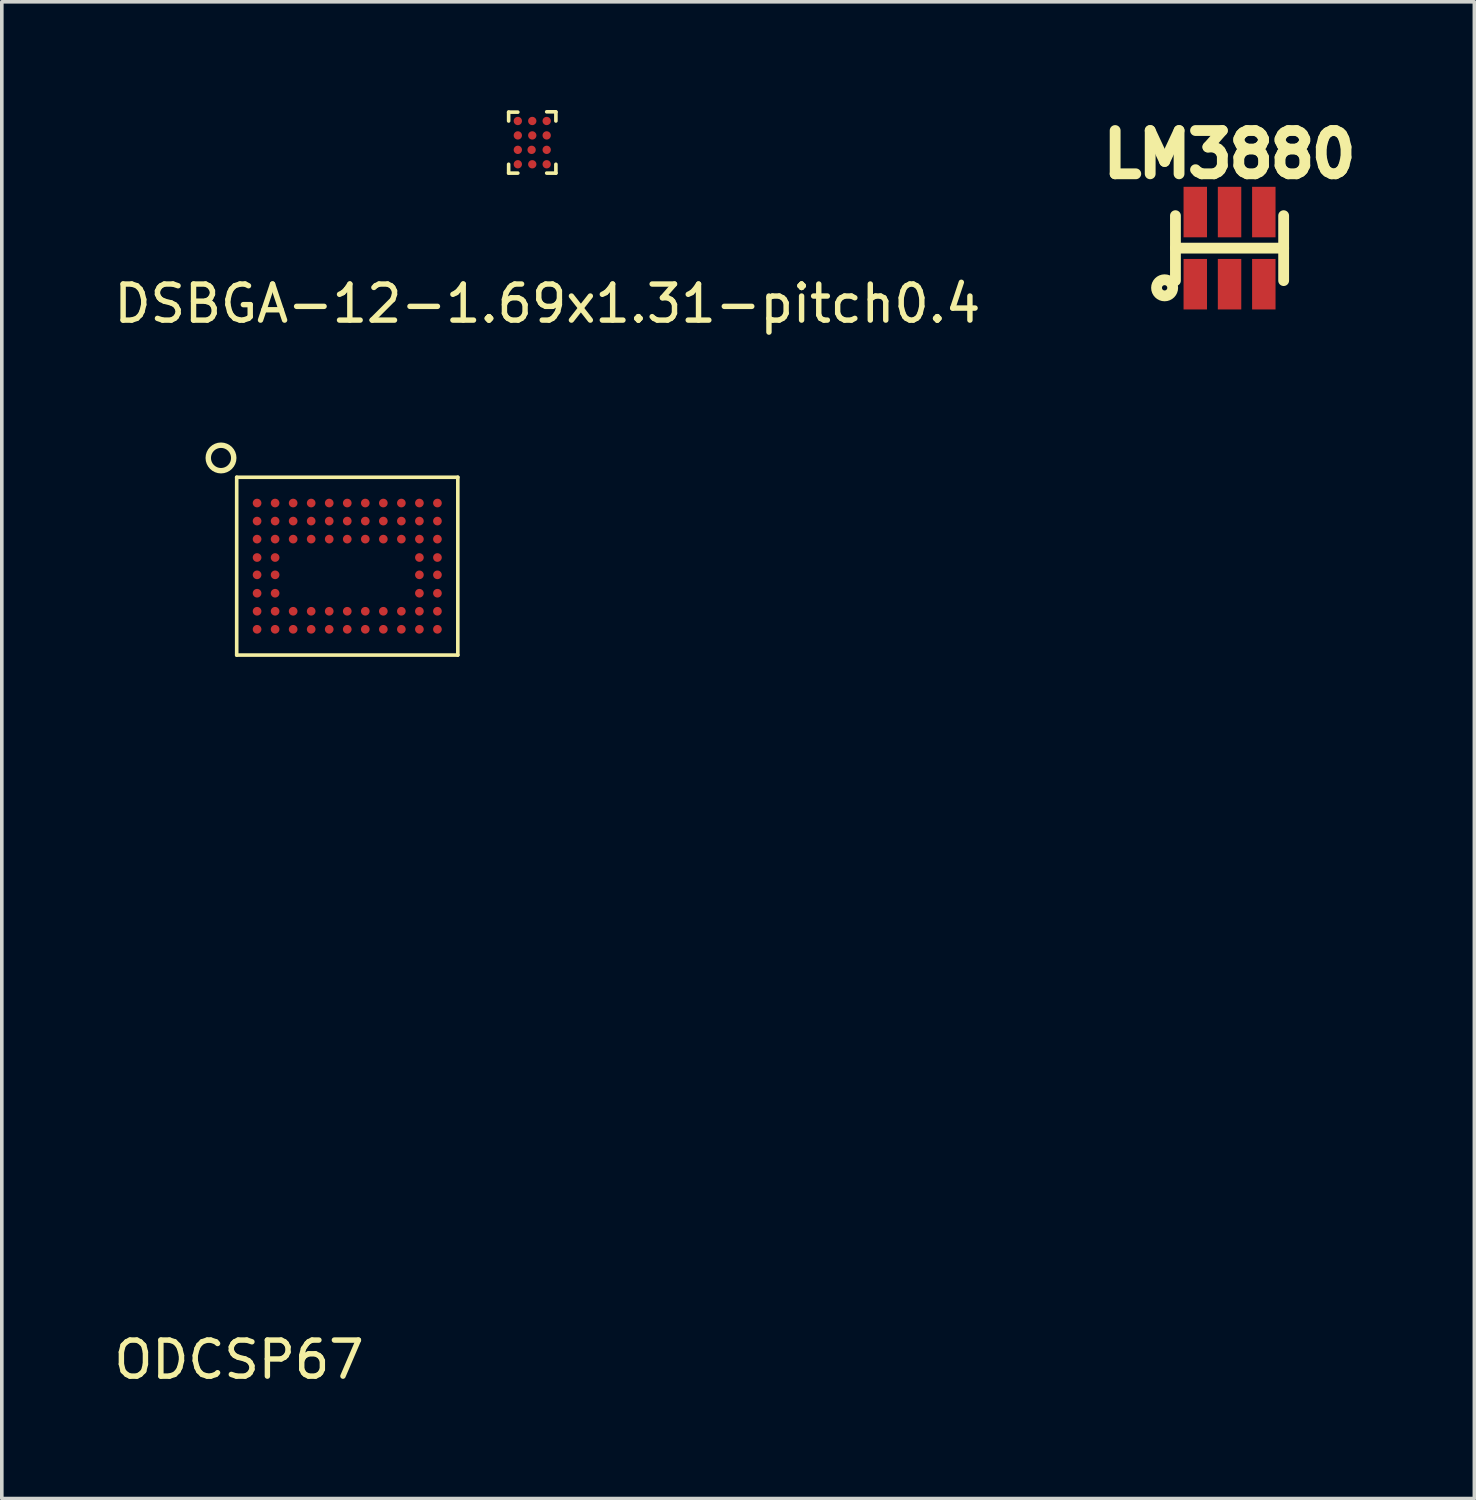
<source format=kicad_pcb>
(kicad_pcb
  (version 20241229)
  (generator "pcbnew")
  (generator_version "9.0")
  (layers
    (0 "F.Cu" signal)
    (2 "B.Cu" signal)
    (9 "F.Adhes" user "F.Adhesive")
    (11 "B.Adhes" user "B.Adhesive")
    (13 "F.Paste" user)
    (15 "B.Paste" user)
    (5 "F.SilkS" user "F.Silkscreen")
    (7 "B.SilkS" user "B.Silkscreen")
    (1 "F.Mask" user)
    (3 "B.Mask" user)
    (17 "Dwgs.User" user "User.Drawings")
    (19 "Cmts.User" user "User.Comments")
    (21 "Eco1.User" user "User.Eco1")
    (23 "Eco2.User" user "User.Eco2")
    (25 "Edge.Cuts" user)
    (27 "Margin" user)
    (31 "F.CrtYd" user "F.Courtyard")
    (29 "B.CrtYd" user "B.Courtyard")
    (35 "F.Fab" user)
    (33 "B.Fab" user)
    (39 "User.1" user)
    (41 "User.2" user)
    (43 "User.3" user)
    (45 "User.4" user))
  (footprint "ODCSP67"
    (layer "F.Cu")
    (at 6.577 12.646)
    (property "Reference" "ODCSP67" (at -3 22 0) (layer "F.SilkS") (effects (font (size 1 1) (thickness 0.15))))
    (attr exclude_from_pos_files exclude_from_bom)
    (fp_line (start -3.065 -2.465) (end 3.065 -2.465) (stroke (width 0.1) (type solid)) (layer "F.SilkS"))
    (fp_line (start -3.065 2.465) (end -3.065 -2.465) (stroke (width 0.1) (type solid)) (layer "F.SilkS"))
    (fp_line (start 3.065 -2.465) (end 3.065 2.465) (stroke (width 0.1) (type solid)) (layer "F.SilkS"))
    (fp_line (start 3.065 2.465) (end -3.065 2.465) (stroke (width 0.1) (type solid)) (layer "F.SilkS"))
    (fp_circle (center -3.5 -3) (end -3.25 -2.75) (stroke (width 0.15) (type solid)) (fill no) (layer "F.SilkS"))
    (pad "A1" smd circle (at -2.5 -1.75) (size 0.24 0.24) (layers "F.Cu" "F.Mask" "F.Paste"))
    (pad "A2" smd circle (at -2 -1.75) (size 0.24 0.24) (layers "F.Cu" "F.Mask" "F.Paste"))
    (pad "A3" smd circle (at -1.5 -1.75) (size 0.24 0.24) (layers "F.Cu" "F.Mask" "F.Paste"))
    (pad "A4" smd circle (at -1 -1.75) (size 0.24 0.24) (layers "F.Cu" "F.Mask" "F.Paste"))
    (pad "A5" smd circle (at -0.5 -1.75) (size 0.24 0.24) (layers "F.Cu" "F.Mask" "F.Paste"))
    (pad "A6" smd circle (at 0 -1.75) (size 0.24 0.24) (layers "F.Cu" "F.Mask" "F.Paste"))
    (pad "A7" smd circle (at 0.5 -1.75) (size 0.24 0.24) (layers "F.Cu" "F.Mask" "F.Paste"))
    (pad "A8" smd circle (at 1 -1.75) (size 0.24 0.24) (layers "F.Cu" "F.Mask" "F.Paste"))
    (pad "A9" smd circle (at 1.5 -1.75) (size 0.24 0.24) (layers "F.Cu" "F.Mask" "F.Paste"))
    (pad "A10" smd circle (at 2 -1.75) (size 0.24 0.24) (layers "F.Cu" "F.Mask" "F.Paste"))
    (pad "A11" smd circle (at 2.5 -1.75) (size 0.24 0.24) (layers "F.Cu" "F.Mask" "F.Paste"))
    (pad "B1" smd circle (at -2.5 -1.25) (size 0.24 0.24) (layers "F.Cu" "F.Mask" "F.Paste"))
    (pad "B2" smd circle (at -2 -1.25) (size 0.24 0.24) (layers "F.Cu" "F.Mask" "F.Paste"))
    (pad "B3" smd circle (at -1.5 -1.25) (size 0.24 0.24) (layers "F.Cu" "F.Mask" "F.Paste"))
    (pad "B4" smd circle (at -1 -1.25) (size 0.24 0.24) (layers "F.Cu" "F.Mask" "F.Paste"))
    (pad "B5" smd circle (at -0.5 -1.25) (size 0.24 0.24) (layers "F.Cu" "F.Mask" "F.Paste"))
    (pad "B6" smd circle (at 0 -1.25) (size 0.24 0.24) (layers "F.Cu" "F.Mask" "F.Paste"))
    (pad "B7" smd circle (at 0.5 -1.25) (size 0.24 0.24) (layers "F.Cu" "F.Mask" "F.Paste"))
    (pad "B8" smd circle (at 1 -1.25) (size 0.24 0.24) (layers "F.Cu" "F.Mask" "F.Paste"))
    (pad "B9" smd circle (at 1.5 -1.25) (size 0.24 0.24) (layers "F.Cu" "F.Mask" "F.Paste"))
    (pad "B10" smd circle (at 2 -1.25) (size 0.24 0.24) (layers "F.Cu" "F.Mask" "F.Paste"))
    (pad "B11" smd circle (at 2.5 -1.25) (size 0.24 0.24) (layers "F.Cu" "F.Mask" "F.Paste"))
    (pad "C1" smd circle (at -2.5 -0.75) (size 0.24 0.24) (layers "F.Cu" "F.Mask" "F.Paste"))
    (pad "C2" smd circle (at -2 -0.75) (size 0.24 0.24) (layers "F.Cu" "F.Mask" "F.Paste"))
    (pad "C3" smd circle (at -1.5 -0.75) (size 0.24 0.24) (layers "F.Cu" "F.Mask" "F.Paste"))
    (pad "C4" smd circle (at -1 -0.75) (size 0.24 0.24) (layers "F.Cu" "F.Mask" "F.Paste"))
    (pad "C5" smd circle (at -0.5 -0.75) (size 0.24 0.24) (layers "F.Cu" "F.Mask" "F.Paste"))
    (pad "C6" smd circle (at 0 -0.75) (size 0.24 0.24) (layers "F.Cu" "F.Mask" "F.Paste"))
    (pad "C7" smd circle (at 0.5 -0.75) (size 0.24 0.24) (layers "F.Cu" "F.Mask" "F.Paste"))
    (pad "C8" smd circle (at 1 -0.75) (size 0.24 0.24) (layers "F.Cu" "F.Mask" "F.Paste"))
    (pad "C9" smd circle (at 1.5 -0.75) (size 0.24 0.24) (layers "F.Cu" "F.Mask" "F.Paste"))
    (pad "C10" smd circle (at 2 -0.75) (size 0.24 0.24) (layers "F.Cu" "F.Mask" "F.Paste"))
    (pad "C11" smd circle (at 2.5 -0.75) (size 0.24 0.24) (layers "F.Cu" "F.Mask" "F.Paste"))
    (pad "D1" smd circle (at -2.5 -0.24) (size 0.24 0.24) (layers "F.Cu" "F.Mask" "F.Paste"))
    (pad "D2" smd circle (at -2 -0.24) (size 0.24 0.24) (layers "F.Cu" "F.Mask" "F.Paste"))
    (pad "D10" smd circle (at 2 -0.24) (size 0.24 0.24) (layers "F.Cu" "F.Mask" "F.Paste"))
    (pad "D11" smd circle (at 2.5 -0.24) (size 0.24 0.24) (layers "F.Cu" "F.Mask" "F.Paste"))
    (pad "E1" smd circle (at -2.5 0.24) (size 0.24 0.24) (layers "F.Cu" "F.Mask" "F.Paste"))
    (pad "E2" smd circle (at -2 0.24) (size 0.24 0.24) (layers "F.Cu" "F.Mask" "F.Paste"))
    (pad "E10" smd circle (at 2 0.24) (size 0.24 0.24) (layers "F.Cu" "F.Mask" "F.Paste"))
    (pad "E11" smd circle (at 2.5 0.24) (size 0.24 0.24) (layers "F.Cu" "F.Mask" "F.Paste"))
    (pad "F1" smd circle (at -2.5 0.75) (size 0.24 0.24) (layers "F.Cu" "F.Mask" "F.Paste"))
    (pad "F2" smd circle (at -2 0.75) (size 0.24 0.24) (layers "F.Cu" "F.Mask" "F.Paste"))
    (pad "F10" smd circle (at 2 0.75) (size 0.24 0.24) (layers "F.Cu" "F.Mask" "F.Paste"))
    (pad "F11" smd circle (at 2.5 0.75) (size 0.24 0.24) (layers "F.Cu" "F.Mask" "F.Paste"))
    (pad "G1" smd circle (at -2.5 1.25) (size 0.24 0.24) (layers "F.Cu" "F.Mask" "F.Paste"))
    (pad "G2" smd circle (at -2 1.25) (size 0.24 0.24) (layers "F.Cu" "F.Mask" "F.Paste"))
    (pad "G3" smd circle (at -1.5 1.25) (size 0.24 0.24) (layers "F.Cu" "F.Mask" "F.Paste"))
    (pad "G4" smd circle (at -1 1.25) (size 0.24 0.24) (layers "F.Cu" "F.Mask" "F.Paste"))
    (pad "G5" smd circle (at -0.5 1.25) (size 0.24 0.24) (layers "F.Cu" "F.Mask" "F.Paste"))
    (pad "G6" smd circle (at 0 1.25) (size 0.24 0.24) (layers "F.Cu" "F.Mask" "F.Paste"))
    (pad "G7" smd circle (at 0.5 1.25) (size 0.24 0.24) (layers "F.Cu" "F.Mask" "F.Paste"))
    (pad "G8" smd circle (at 1 1.25) (size 0.24 0.24) (layers "F.Cu" "F.Mask" "F.Paste"))
    (pad "G9" smd circle (at 1.5 1.25) (size 0.24 0.24) (layers "F.Cu" "F.Mask" "F.Paste"))
    (pad "G10" smd circle (at 2 1.25) (size 0.24 0.24) (layers "F.Cu" "F.Mask" "F.Paste"))
    (pad "G11" smd circle (at 2.5 1.25) (size 0.24 0.24) (layers "F.Cu" "F.Mask" "F.Paste"))
    (pad "H1" smd circle (at -2.5 1.75) (size 0.24 0.24) (layers "F.Cu" "F.Mask" "F.Paste"))
    (pad "H2" smd circle (at -2 1.75) (size 0.24 0.24) (layers "F.Cu" "F.Mask" "F.Paste"))
    (pad "H3" smd circle (at -1.5 1.75) (size 0.24 0.24) (layers "F.Cu" "F.Mask" "F.Paste"))
    (pad "H4" smd circle (at -1 1.75) (size 0.24 0.24) (layers "F.Cu" "F.Mask" "F.Paste"))
    (pad "H5" smd circle (at -0.5 1.75) (size 0.24 0.24) (layers "F.Cu" "F.Mask" "F.Paste"))
    (pad "H6" smd circle (at 0 1.75) (size 0.24 0.24) (layers "F.Cu" "F.Mask" "F.Paste"))
    (pad "H7" smd circle (at 0.5 1.75) (size 0.24 0.24) (layers "F.Cu" "F.Mask" "F.Paste"))
    (pad "H8" smd circle (at 1 1.75) (size 0.24 0.24) (layers "F.Cu" "F.Mask" "F.Paste"))
    (pad "H9" smd circle (at 1.5 1.75) (size 0.24 0.24) (layers "F.Cu" "F.Mask" "F.Paste"))
    (pad "H10" smd circle (at 2 1.75) (size 0.24 0.24) (layers "F.Cu" "F.Mask" "F.Paste"))
    (pad "H11" smd circle (at 2.5 1.75) (size 0.24 0.24) (layers "F.Cu" "F.Mask" "F.Paste")))
  (footprint "LM3880"
    (layer "F.Cu")
    (at 31.037 4.729)
    (property "Reference" "LM3880" (at 0 -3.5 0) (layer "F.SilkS") (effects (font (size 1.2 1.2) (thickness 0.3))))
    (attr through_hole)
    (fp_line (start -1.5 -1.8) (end -1.5 0) (stroke (width 0.3) (type solid)) (layer "F.SilkS"))
    (fp_line (start -1.5 -0.9) (end 1.5 -0.9) (stroke (width 0.3) (type solid)) (layer "F.SilkS"))
    (fp_line (start 1.5 -1.8) (end 1.5 0) (stroke (width 0.3) (type solid)) (layer "F.SilkS"))
    (fp_circle (center -1.8 0.2) (end -1.7 0.4) (stroke (width 0.3) (type solid)) (fill no) (layer "F.SilkS"))
    (pad "1" smd rect (at -0.95 0.1) (size 0.65 1.4) (layers "F.Cu" "F.Mask" "F.Paste"))
    (pad "2" smd rect (at 0 0.1) (size 0.65 1.4) (layers "F.Cu" "F.Mask" "F.Paste"))
    (pad "3" smd rect (at 0.95 0.1) (size 0.65 1.4) (layers "F.Cu" "F.Mask" "F.Paste"))
    (pad "4" smd rect (at 0.95 -1.9) (size 0.65 1.4) (layers "F.Cu" "F.Mask" "F.Paste"))
    (pad "5" smd rect (at 0 -1.9) (size 0.65 1.4) (layers "F.Cu" "F.Mask" "F.Paste"))
    (pad "6" smd rect (at -0.95 -1.9) (size 0.65 1.4) (layers "F.Cu" "F.Mask" "F.Paste")))
  (footprint "DSBGA-12-1.69x1.31-pitch0.4"
    (layer "F.Cu")
    (at 11.706 0.904)
    (property "Reference" "DSBGA-12-1.69x1.31-pitch0.4" (at 0.419 4.465 0) (layer "F.SilkS") (effects (font (size 1 1) (thickness 0.15))))
    (attr through_hole)
    (fp_line (start -0.655 -0.845) (end -0.4 -0.845) (stroke (width 0.1) (type solid)) (layer "F.SilkS"))
    (fp_line (start -0.655 -0.6) (end -0.655 -0.845) (stroke (width 0.1) (type solid)) (layer "F.SilkS"))
    (fp_line (start -0.655 0.845) (end -0.655 0.6) (stroke (width 0.1) (type solid)) (layer "F.SilkS"))
    (fp_line (start -0.4 0.845) (end -0.655 0.845) (stroke (width 0.1) (type solid)) (layer "F.SilkS"))
    (fp_line (start 0.4 -0.854) (end 0.655 -0.854) (stroke (width 0.1) (type solid)) (layer "F.SilkS"))
    (fp_line (start 0.655 -0.845) (end 0.655 -0.6) (stroke (width 0.1) (type solid)) (layer "F.SilkS"))
    (fp_line (start 0.655 0.6) (end 0.655 0.845) (stroke (width 0.1) (type solid)) (layer "F.SilkS"))
    (fp_line (start 0.655 0.845) (end 0.4 0.845) (stroke (width 0.1) (type solid)) (layer "F.SilkS"))
    (pad "A1" smd circle (at -0.4 -0.6 90) (size 0.23 0.23) (layers "F.Cu" "F.Mask" "F.Paste"))
    (pad "A2" smd circle (at 0 -0.6 90) (size 0.23 0.23) (layers "F.Cu" "F.Mask" "F.Paste"))
    (pad "A3" smd circle (at 0.4 -0.6 90) (size 0.23 0.23) (layers "F.Cu" "F.Mask" "F.Paste"))
    (pad "B1" smd circle (at -0.4 -0.2 90) (size 0.23 0.23) (layers "F.Cu" "F.Mask" "F.Paste"))
    (pad "B2" smd circle (at 0 -0.2 90) (size 0.23 0.23) (layers "F.Cu" "F.Mask" "F.Paste"))
    (pad "B3" smd circle (at 0.4 -0.2 90) (size 0.23 0.23) (layers "F.Cu" "F.Mask" "F.Paste"))
    (pad "C1" smd circle (at -0.4 0.2 90) (size 0.23 0.23) (layers "F.Cu" "F.Mask" "F.Paste"))
    (pad "C2" smd circle (at -0.018 0.2 90) (size 0.23 0.23) (layers "F.Cu" "F.Mask" "F.Paste"))
    (pad "C3" smd circle (at 0.4 0.2 90) (size 0.23 0.23) (layers "F.Cu" "F.Mask" "F.Paste"))
    (pad "D1" smd circle (at -0.4 0.6 90) (size 0.23 0.23) (layers "F.Cu" "F.Mask" "F.Paste"))
    (pad "D2" smd circle (at 0 0.6 90) (size 0.23 0.23) (layers "F.Cu" "F.Mask" "F.Paste"))
    (pad "D3" smd circle (at 0.4 0.6 90) (size 0.23 0.23) (layers "F.Cu" "F.Mask" "F.Paste")))
  (gr_rect
    (start -3 -3)
    (end 37.824 38.494)
    (stroke (width 0.1) (type default))
    (fill no)
    (layer "Edge.Cuts")))
</source>
